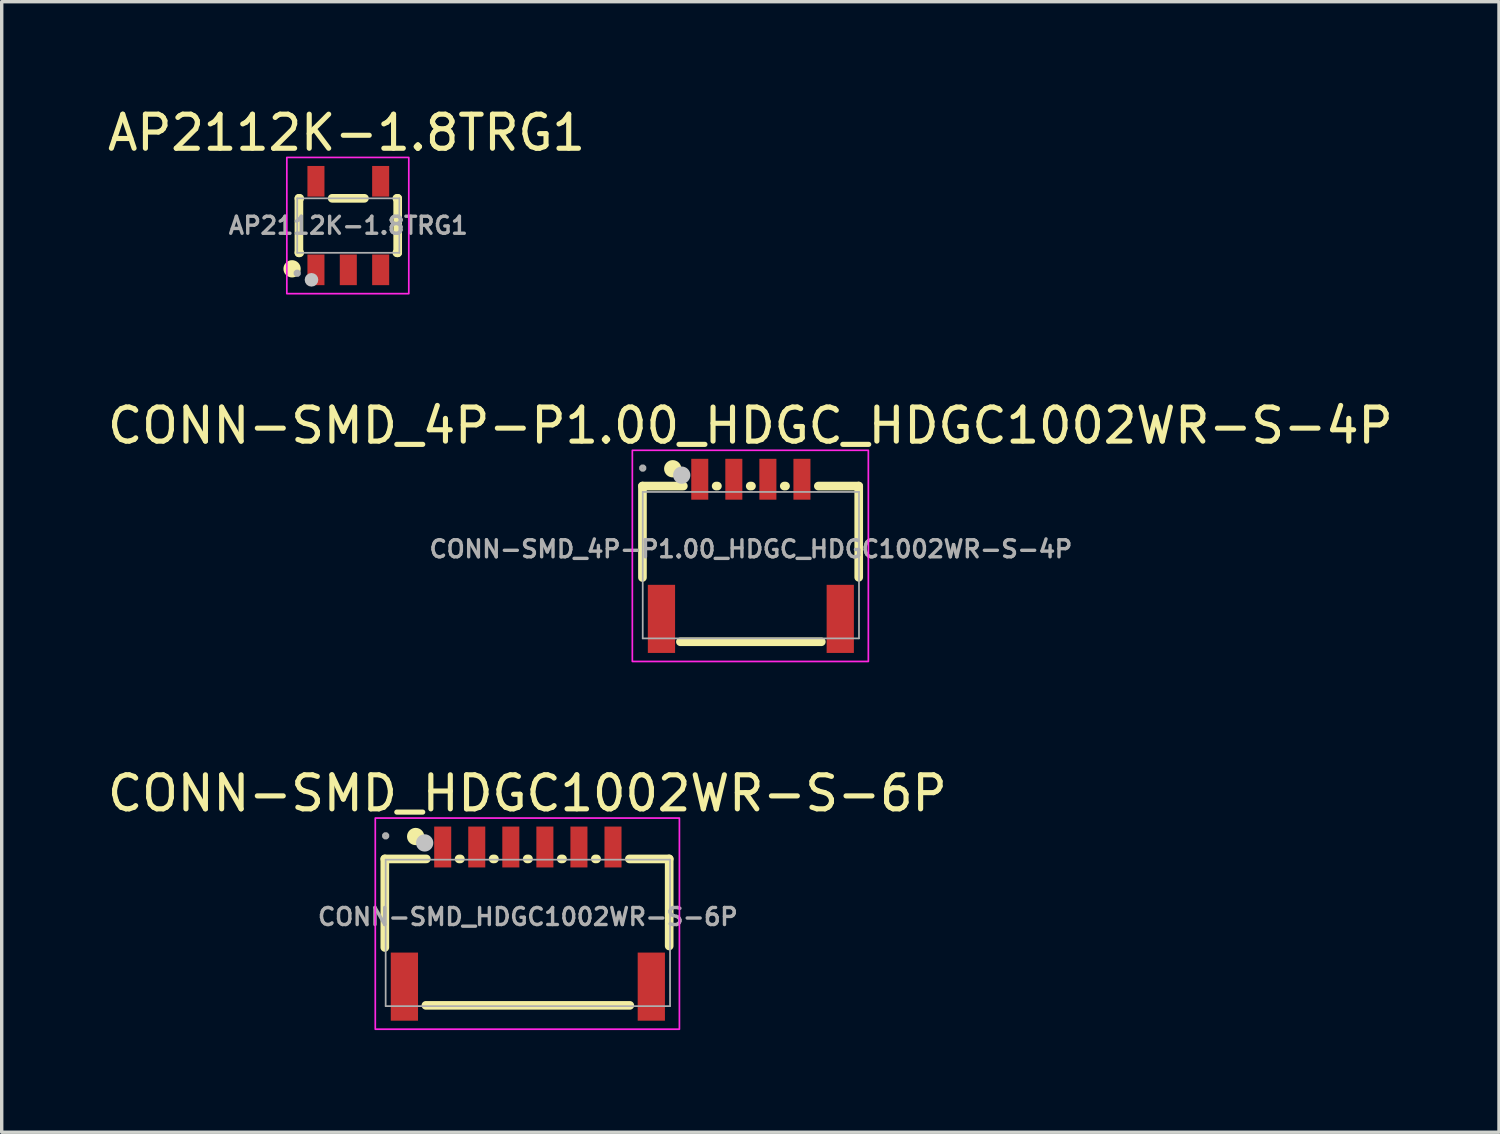
<source format=kicad_pcb>
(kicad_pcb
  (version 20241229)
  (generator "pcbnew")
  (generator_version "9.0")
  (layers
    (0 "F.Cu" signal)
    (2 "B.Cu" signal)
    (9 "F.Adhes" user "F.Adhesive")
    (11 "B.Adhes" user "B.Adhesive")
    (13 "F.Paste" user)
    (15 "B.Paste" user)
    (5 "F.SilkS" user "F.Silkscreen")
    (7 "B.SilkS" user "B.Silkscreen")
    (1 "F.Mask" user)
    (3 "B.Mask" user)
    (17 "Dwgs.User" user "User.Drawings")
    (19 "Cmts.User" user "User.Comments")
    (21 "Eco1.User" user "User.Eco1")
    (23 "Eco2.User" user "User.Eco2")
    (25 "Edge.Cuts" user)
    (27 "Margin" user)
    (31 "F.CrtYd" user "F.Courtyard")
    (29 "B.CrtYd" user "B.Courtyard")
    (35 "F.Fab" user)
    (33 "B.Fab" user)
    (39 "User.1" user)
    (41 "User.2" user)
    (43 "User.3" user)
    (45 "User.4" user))
  (footprint "AP2112K-1.8TRG1"
    (layer "F.Cu")
    (at 7.177 3.573)
    (property "Reference" "AP2112K-1.8TRG1" (at -0.052 -2.725 0) (layer "F.SilkS") (effects (font (size 1 1) (thickness 0.15))))
    (fp_line (start -1.45 0.8) (end -1.45 -0.8) (stroke (width 0.254) (type default)) (layer "F.SilkS"))
    (fp_line (start -1.45 0.8) (end -1.425 0.8) (stroke (width 0.254) (type default)) (layer "F.SilkS"))
    (fp_line (start -1.425 -0.8) (end -1.45 -0.8) (stroke (width 0.254) (type default)) (layer "F.SilkS"))
    (fp_line (start 0.474 -0.8) (end -0.474 -0.8) (stroke (width 0.254) (type default)) (layer "F.SilkS"))
    (fp_line (start 1.425 0.8) (end 1.45 0.8) (stroke (width 0.254) (type default)) (layer "F.SilkS"))
    (fp_line (start 1.45 -0.8) (end 1.425 -0.8) (stroke (width 0.254) (type default)) (layer "F.SilkS"))
    (fp_line (start 1.45 0.8) (end 1.45 -0.8) (stroke (width 0.254) (type default)) (layer "F.SilkS"))
    (fp_circle (center -1.651 1.27) (end -1.524 1.27) (stroke (width 0.254) (type default)) (fill no) (layer "F.SilkS"))
    (fp_circle (center -1.081 1.593) (end -0.981 1.593) (stroke (width 0.2) (type default)) (fill no) (layer "Dwgs.User"))
    (fp_rect (start -1.805 -2) (end 1.776 2) (stroke (width 0.05) (type default)) (fill no) (layer "F.CrtYd"))
    (fp_line (start -1.5 -0.8) (end 1.5 -0.8) (stroke (width 0.051) (type default)) (layer "F.Fab"))
    (fp_line (start -1.5 0.8) (end -1.5 -0.8) (stroke (width 0.051) (type default)) (layer "F.Fab"))
    (fp_line (start 1.5 -0.8) (end 1.5 0.8) (stroke (width 0.051) (type default)) (layer "F.Fab"))
    (fp_line (start 1.5 0.8) (end -1.5 0.8) (stroke (width 0.051) (type default)) (layer "F.Fab"))
    (fp_poly (pts (xy -1.445 1.377) (xy -1.477 1.345) (xy -1.523 1.345) (xy -1.555 1.377) (xy -1.555 1.423) (xy -1.523 1.455) (xy -1.477 1.455) (xy -1.445 1.423)) (stroke (width 0.1) (type default)) (fill no) (layer "F.Fab"))
    (fp_poly (pts (xy -1.15 0.96) (xy -1.15 0.79) (xy -0.75 0.79) (xy -0.75 0.96)) (stroke (width 0.1) (type default)) (fill no) (layer "User.1"))
    (fp_poly (pts (xy -1.15 1.4) (xy -1.15 0.95) (xy -0.75 0.95) (xy -0.75 1.4)) (stroke (width 0.1) (type default)) (fill no) (layer "User.1"))
    (fp_poly (pts (xy -1.14 -1) (xy -1.14 -1.4) (xy -0.76 -1.4) (xy -0.76 -1)) (stroke (width 0.1) (type default)) (fill no) (layer "User.1"))
    (fp_poly (pts (xy -1.14 -0.79) (xy -1.14 -1.01) (xy -0.76 -1.01) (xy -0.76 -0.79)) (stroke (width 0.1) (type default)) (fill no) (layer "User.1"))
    (fp_poly (pts (xy -0.2 0.96) (xy -0.2 0.79) (xy 0.2 0.79) (xy 0.2 0.96)) (stroke (width 0.1) (type default)) (fill no) (layer "User.1"))
    (fp_poly (pts (xy -0.2 1.4) (xy -0.2 0.95) (xy 0.2 0.95) (xy 0.2 1.4)) (stroke (width 0.1) (type default)) (fill no) (layer "User.1"))
    (fp_poly (pts (xy 0.75 -0.95) (xy 0.75 -1.4) (xy 1.15 -1.4) (xy 1.15 -0.95)) (stroke (width 0.1) (type default)) (fill no) (layer "User.1"))
    (fp_poly (pts (xy 0.75 -0.79) (xy 0.75 -0.96) (xy 1.15 -0.96) (xy 1.15 -0.79)) (stroke (width 0.1) (type default)) (fill no) (layer "User.1"))
    (fp_poly (pts (xy 0.75 0.96) (xy 0.75 0.79) (xy 1.15 0.79) (xy 1.15 0.96)) (stroke (width 0.1) (type default)) (fill no) (layer "User.1"))
    (fp_poly (pts (xy 0.75 1.4) (xy 0.75 0.95) (xy 1.15 0.95) (xy 1.15 1.4)) (stroke (width 0.1) (type default)) (fill no) (layer "User.1"))
    (fp_text user "${REFERENCE}" (at 0 0 0) (layer "F.Fab") (effects (font (size 0.5 0.5) (thickness 0.1))))
    (pad "1" smd rect (at -0.95 1.3) (size 0.5 0.9) (layers "F.Cu" "F.Mask" "F.Paste"))
    (pad "2" smd rect (at 0 1.3) (size 0.5 0.9) (layers "F.Cu" "F.Mask" "F.Paste"))
    (pad "3" smd rect (at 0.95 1.3) (size 0.5 0.9) (layers "F.Cu" "F.Mask" "F.Paste"))
    (pad "4" smd rect (at 0.95 -1.3) (size 0.5 0.9) (layers "F.Cu" "F.Mask" "F.Paste"))
    (pad "5" smd rect (at -0.95 -1.3) (size 0.5 0.9) (layers "F.Cu" "F.Mask" "F.Paste")))
  (footprint "CONN-SMD_HDGC1002WR-S-6P"
    (layer "F.Cu")
    (at 12.449 23.87)
    (property "Reference" "CONN-SMD_HDGC1002WR-S-6P" (at -0.015 -3.625 0) (layer "F.SilkS") (effects (font (size 1 1) (thickness 0.15))))
    (fp_line (start -4.2 -1.7) (end -4.2 0.9) (stroke (width 0.254) (type default)) (layer "F.SilkS"))
    (fp_line (start -4.2 -1.7) (end -2.981 -1.7) (stroke (width 0.254) (type default)) (layer "F.SilkS"))
    (fp_line (start -2.019 -1.7) (end -1.981 -1.7) (stroke (width 0.254) (type default)) (layer "F.SilkS"))
    (fp_line (start -1.019 -1.7) (end -0.981 -1.7) (stroke (width 0.254) (type default)) (layer "F.SilkS"))
    (fp_line (start -0.019 -1.7) (end 0.019 -1.7) (stroke (width 0.254) (type default)) (layer "F.SilkS"))
    (fp_line (start 0.981 -1.7) (end 1.019 -1.7) (stroke (width 0.254) (type default)) (layer "F.SilkS"))
    (fp_line (start 1.981 -1.7) (end 2.019 -1.7) (stroke (width 0.254) (type default)) (layer "F.SilkS"))
    (fp_line (start 2.981 -1.7) (end 4.15 -1.7) (stroke (width 0.254) (type default)) (layer "F.SilkS"))
    (fp_line (start 2.994 2.6) (end -2.994 2.6) (stroke (width 0.254) (type default)) (layer "F.SilkS"))
    (fp_line (start 4.15 -1.7) (end 4.15 0.856) (stroke (width 0.254) (type default)) (layer "F.SilkS"))
    (fp_circle (center -3.294 -2.358) (end -3.167 -2.358) (stroke (width 0.254) (type default)) (fill no) (layer "F.SilkS"))
    (fp_circle (center -3.03 -2.17) (end -2.903 -2.17) (stroke (width 0.254) (type default)) (fill no) (layer "Dwgs.User"))
    (fp_rect (start -4.48 -2.9) (end 4.45 3.3) (stroke (width 0.05) (type default)) (fill no) (layer "F.CrtYd"))
    (fp_line (start -4.175 -1.678) (end 4.175 -1.678) (stroke (width 0.051) (type default)) (layer "F.Fab"))
    (fp_line (start -4.175 2.622) (end -4.175 -1.678) (stroke (width 0.051) (type default)) (layer "F.Fab"))
    (fp_line (start 4.175 -1.678) (end 4.175 2.622) (stroke (width 0.051) (type default)) (layer "F.Fab"))
    (fp_line (start 4.175 2.622) (end -4.175 2.622) (stroke (width 0.051) (type default)) (layer "F.Fab"))
    (fp_poly (pts (xy -4.12 -2.401) (xy -4.152 -2.433) (xy -4.198 -2.433) (xy -4.23 -2.401) (xy -4.23 -2.355) (xy -4.198 -2.323) (xy -4.152 -2.323) (xy -4.12 -2.355)) (stroke (width 0.1) (type default)) (fill no) (layer "F.Fab"))
    (fp_poly (pts (xy -3.725 1.622) (xy -3.525 1.622) (xy -3.525 2.622) (xy -3.725 2.622)) (stroke (width 0.1) (type default)) (fill no) (layer "User.1"))
    (fp_poly (pts (xy -2.6 -2.378) (xy -2.4 -2.378) (xy -2.4 -1.578) (xy -2.6 -1.578)) (stroke (width 0.1) (type default)) (fill no) (layer "User.1"))
    (fp_poly (pts (xy -1.6 -2.378) (xy -1.4 -2.378) (xy -1.4 -1.578) (xy -1.6 -1.578)) (stroke (width 0.1) (type default)) (fill no) (layer "User.1"))
    (fp_poly (pts (xy -0.6 -2.378) (xy -0.4 -2.378) (xy -0.4 -1.578) (xy -0.6 -1.578)) (stroke (width 0.1) (type default)) (fill no) (layer "User.1"))
    (fp_poly (pts (xy 0.4 -2.378) (xy 0.6 -2.378) (xy 0.6 -1.578) (xy 0.4 -1.578)) (stroke (width 0.1) (type default)) (fill no) (layer "User.1"))
    (fp_poly (pts (xy 1.4 -2.378) (xy 1.6 -2.378) (xy 1.6 -1.578) (xy 1.4 -1.578)) (stroke (width 0.1) (type default)) (fill no) (layer "User.1"))
    (fp_poly (pts (xy 2.4 -2.378) (xy 2.6 -2.378) (xy 2.6 -1.578) (xy 2.4 -1.578)) (stroke (width 0.1) (type default)) (fill no) (layer "User.1"))
    (fp_poly (pts (xy 3.525 1.622) (xy 3.725 1.622) (xy 3.725 2.622) (xy 3.525 2.622)) (stroke (width 0.1) (type default)) (fill no) (layer "User.1"))
    (fp_text user "${REFERENCE}" (at 0 0 0) (layer "F.Fab") (effects (font (size 0.5 0.5) (thickness 0.1))))
    (pad "1" smd rect (at -2.5 -2.05) (size 0.5 1.2) (layers "F.Cu" "F.Mask" "F.Paste"))
    (pad "2" smd rect (at -1.5 -2.05) (size 0.5 1.2) (layers "F.Cu" "F.Mask" "F.Paste"))
    (pad "3" smd rect (at -0.5 -2.05) (size 0.5 1.2) (layers "F.Cu" "F.Mask" "F.Paste"))
    (pad "4" smd rect (at 0.5 -2.05) (size 0.5 1.2) (layers "F.Cu" "F.Mask" "F.Paste"))
    (pad "5" smd rect (at 1.5 -2.05) (size 0.5 1.2) (layers "F.Cu" "F.Mask" "F.Paste"))
    (pad "6" smd rect (at 2.5 -2.05) (size 0.5 1.2) (layers "F.Cu" "F.Mask" "F.Paste"))
    (pad "7" smd rect (at 3.625 2.05) (size 0.8 2) (layers "F.Cu" "F.Mask" "F.Paste"))
    (pad "8" smd rect (at -3.625 2.05) (size 0.8 2) (layers "F.Cu" "F.Mask" "F.Paste")))
  (footprint "CONN-SMD_4P-P1.00_HDGC_HDGC1002WR-S-4P"
    (layer "F.Cu")
    (at 18.997 13.072)
    (property "Reference" "CONN-SMD_4P-P1.00_HDGC_HDGC1002WR-S-4P" (at -0.015 -3.625 0) (layer "F.SilkS") (effects (font (size 1 1) (thickness 0.15))))
    (fp_line (start -3.183 -1.85) (end -3.183 0.835) (stroke (width 0.254) (type default)) (layer "F.SilkS"))
    (fp_line (start -2.069 2.722) (end 2.069 2.722) (stroke (width 0.254) (type default)) (layer "F.SilkS"))
    (fp_line (start -1.982 -1.85) (end -3.183 -1.85) (stroke (width 0.254) (type default)) (layer "F.SilkS"))
    (fp_line (start -0.982 -1.85) (end -1.019 -1.85) (stroke (width 0.254) (type default)) (layer "F.SilkS"))
    (fp_line (start 0.018 -1.85) (end -0.019 -1.85) (stroke (width 0.254) (type default)) (layer "F.SilkS"))
    (fp_line (start 1.018 -1.85) (end 0.981 -1.85) (stroke (width 0.254) (type default)) (layer "F.SilkS"))
    (fp_line (start 3.167 -1.85) (end 1.981 -1.85) (stroke (width 0.254) (type default)) (layer "F.SilkS"))
    (fp_line (start 3.167 -1.85) (end 3.167 0.829) (stroke (width 0.254) (type default)) (layer "F.SilkS"))
    (fp_circle (center -2.294 -2.358) (end -2.167 -2.358) (stroke (width 0.254) (type default)) (fill no) (layer "F.SilkS"))
    (fp_circle (center -2.03 -2.17) (end -1.903 -2.17) (stroke (width 0.254) (type default)) (fill no) (layer "Dwgs.User"))
    (fp_rect (start -3.48 -2.9) (end 3.45 3.3) (stroke (width 0.05) (type default)) (fill no) (layer "F.CrtYd"))
    (fp_line (start -3.175 -1.678) (end 3.175 -1.678) (stroke (width 0.051) (type default)) (layer "F.Fab"))
    (fp_line (start -3.175 2.622) (end -3.175 -1.678) (stroke (width 0.051) (type default)) (layer "F.Fab"))
    (fp_line (start 3.175 -1.678) (end 3.175 2.622) (stroke (width 0.051) (type default)) (layer "F.Fab"))
    (fp_line (start 3.175 2.622) (end -3.175 2.622) (stroke (width 0.051) (type default)) (layer "F.Fab"))
    (fp_poly (pts (xy -3.12 -2.401) (xy -3.152 -2.433) (xy -3.198 -2.433) (xy -3.23 -2.401) (xy -3.23 -2.355) (xy -3.198 -2.323) (xy -3.152 -2.323) (xy -3.12 -2.355)) (stroke (width 0.1) (type default)) (fill no) (layer "F.Fab"))
    (fp_poly (pts (xy -2.725 1.622) (xy -2.525 1.622) (xy -2.525 2.622) (xy -2.725 2.622)) (stroke (width 0.1) (type default)) (fill no) (layer "User.1"))
    (fp_poly (pts (xy -1.6 -2.378) (xy -1.4 -2.378) (xy -1.4 -1.578) (xy -1.6 -1.578)) (stroke (width 0.1) (type default)) (fill no) (layer "User.1"))
    (fp_poly (pts (xy -0.6 -2.378) (xy -0.4 -2.378) (xy -0.4 -1.578) (xy -0.6 -1.578)) (stroke (width 0.1) (type default)) (fill no) (layer "User.1"))
    (fp_poly (pts (xy 0.4 -2.378) (xy 0.6 -2.378) (xy 0.6 -1.578) (xy 0.4 -1.578)) (stroke (width 0.1) (type default)) (fill no) (layer "User.1"))
    (fp_poly (pts (xy 1.4 -2.378) (xy 1.6 -2.378) (xy 1.6 -1.578) (xy 1.4 -1.578)) (stroke (width 0.1) (type default)) (fill no) (layer "User.1"))
    (fp_poly (pts (xy 2.525 1.622) (xy 2.725 1.622) (xy 2.725 2.622) (xy 2.525 2.622)) (stroke (width 0.1) (type default)) (fill no) (layer "User.1"))
    (fp_text user "${REFERENCE}" (at 0 0 0) (layer "F.Fab") (effects (font (size 0.5 0.5) (thickness 0.1))))
    (pad "1" smd rect (at -1.5 -2.05) (size 0.5 1.2) (layers "F.Cu" "F.Mask" "F.Paste"))
    (pad "2" smd rect (at -0.5 -2.05) (size 0.5 1.2) (layers "F.Cu" "F.Mask" "F.Paste"))
    (pad "3" smd rect (at 0.5 -2.05) (size 0.5 1.2) (layers "F.Cu" "F.Mask" "F.Paste"))
    (pad "4" smd rect (at 1.5 -2.05) (size 0.5 1.2) (layers "F.Cu" "F.Mask" "F.Paste"))
    (pad "5" smd rect (at 2.625 2.05) (size 0.8 2) (layers "F.Cu" "F.Mask" "F.Paste"))
    (pad "6" smd rect (at -2.625 2.05) (size 0.8 2) (layers "F.Cu" "F.Mask" "F.Paste")))
  (gr_rect
    (start -3 -3)
    (end 40.964 30.195)
    (stroke (width 0.1) (type default))
    (fill no)
    (layer "Edge.Cuts")))
</source>
